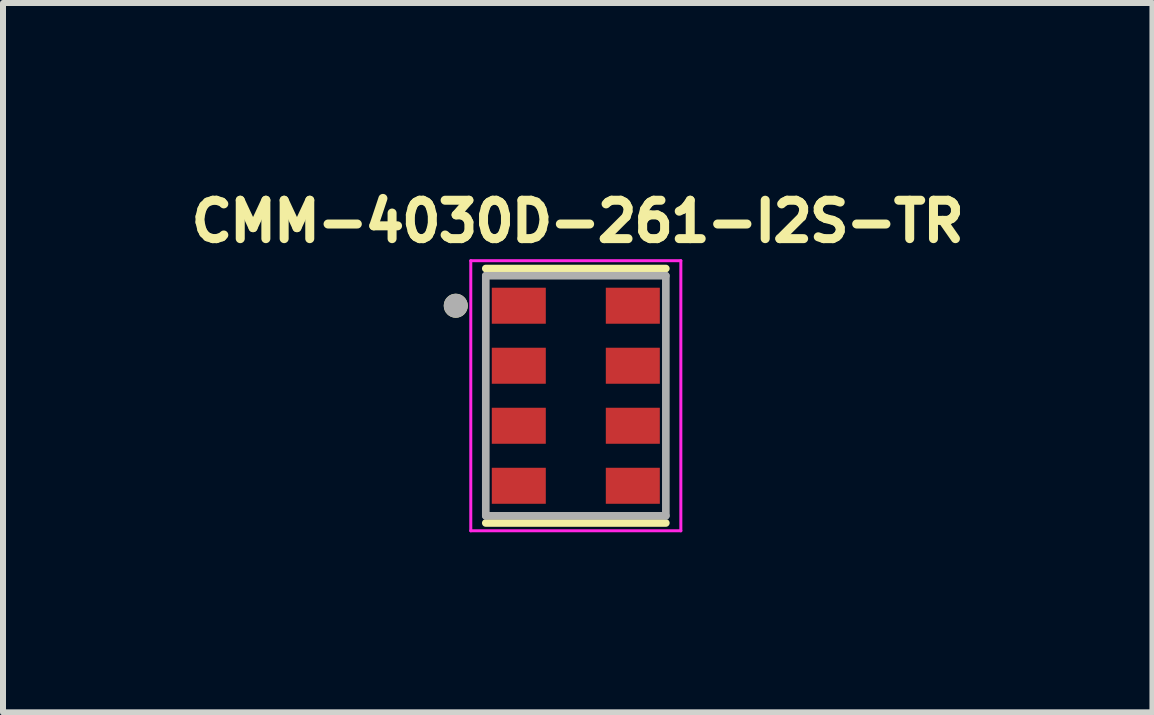
<source format=kicad_pcb>
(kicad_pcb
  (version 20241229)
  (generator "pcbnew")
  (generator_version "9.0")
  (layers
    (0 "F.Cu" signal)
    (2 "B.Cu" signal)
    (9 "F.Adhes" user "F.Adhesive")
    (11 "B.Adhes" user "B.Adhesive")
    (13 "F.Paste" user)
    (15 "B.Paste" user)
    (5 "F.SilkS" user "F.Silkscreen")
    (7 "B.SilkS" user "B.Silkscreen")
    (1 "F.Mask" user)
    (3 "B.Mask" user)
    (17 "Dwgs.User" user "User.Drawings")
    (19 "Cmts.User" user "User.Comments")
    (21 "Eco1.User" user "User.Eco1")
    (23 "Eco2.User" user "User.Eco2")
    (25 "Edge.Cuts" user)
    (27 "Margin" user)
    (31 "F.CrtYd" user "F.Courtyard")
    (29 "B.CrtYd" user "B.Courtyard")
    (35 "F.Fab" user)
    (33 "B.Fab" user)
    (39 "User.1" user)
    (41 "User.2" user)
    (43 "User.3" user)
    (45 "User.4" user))
  (footprint "CMM-4030D-261-I2S-TR"
    (layer "F.Cu")
    (at 6.544 3.544)
    (property "Reference" "CMM-4030D-261-I2S-TR" (at 0.032 -2.906 0) (layer "F.SilkS") (effects (font (size 0.64 0.64) (thickness 0.15))))
    (attr through_hole)
    (fp_line (start -1.5 2.12) (end 1.5 2.12) (stroke (width 0.127) (type solid)) (layer "F.SilkS"))
    (fp_line (start 1.5 -2.12) (end -1.5 -2.12) (stroke (width 0.127) (type solid)) (layer "F.SilkS"))
    (fp_circle (center -2 -1.5) (end -1.9 -1.5) (stroke (width 0.2) (type solid)) (fill no) (layer "F.SilkS"))
    (fp_line (start -1.75 -2.25) (end -1.75 2.25) (stroke (width 0.05) (type solid)) (layer "F.CrtYd"))
    (fp_line (start -1.75 2.25) (end 1.75 2.25) (stroke (width 0.05) (type solid)) (layer "F.CrtYd"))
    (fp_line (start 1.75 -2.25) (end -1.75 -2.25) (stroke (width 0.05) (type solid)) (layer "F.CrtYd"))
    (fp_line (start 1.75 2.25) (end 1.75 -2.25) (stroke (width 0.05) (type solid)) (layer "F.CrtYd"))
    (fp_line (start -1.5 -2) (end -1.5 2) (stroke (width 0.127) (type solid)) (layer "F.Fab"))
    (fp_line (start -1.5 2) (end 1.5 2) (stroke (width 0.127) (type solid)) (layer "F.Fab"))
    (fp_line (start 1.5 -2) (end -1.5 -2) (stroke (width 0.127) (type solid)) (layer "F.Fab"))
    (fp_line (start 1.5 2) (end 1.5 -2) (stroke (width 0.127) (type solid)) (layer "F.Fab"))
    (fp_circle (center -2 -1.5) (end -1.9 -1.5) (stroke (width 0.2) (type solid)) (fill no) (layer "F.Fab"))
    (pad "1" smd rect (at -0.95 -1.5) (size 0.9 0.6) (layers "F.Cu" "F.Mask" "F.Paste"))
    (pad "2" smd rect (at -0.95 -0.5) (size 0.9 0.6) (layers "F.Cu" "F.Mask" "F.Paste"))
    (pad "3" smd rect (at -0.95 0.5) (size 0.9 0.6) (layers "F.Cu" "F.Mask" "F.Paste"))
    (pad "4" smd rect (at -0.95 1.5) (size 0.9 0.6) (layers "F.Cu" "F.Mask" "F.Paste"))
    (pad "5" smd rect (at 0.95 1.5) (size 0.9 0.6) (layers "F.Cu" "F.Mask" "F.Paste"))
    (pad "6" smd rect (at 0.95 0.5) (size 0.9 0.6) (layers "F.Cu" "F.Mask" "F.Paste"))
    (pad "7" smd rect (at 0.95 -0.5) (size 0.9 0.6) (layers "F.Cu" "F.Mask" "F.Paste"))
    (pad "8" smd rect (at 0.95 -1.5) (size 0.9 0.6) (layers "F.Cu" "F.Mask" "F.Paste")))
  (gr_rect
    (start -3 -3)
    (end 16.152 8.819)
    (stroke (width 0.1) (type default))
    (fill no)
    (layer "Edge.Cuts")))
</source>
